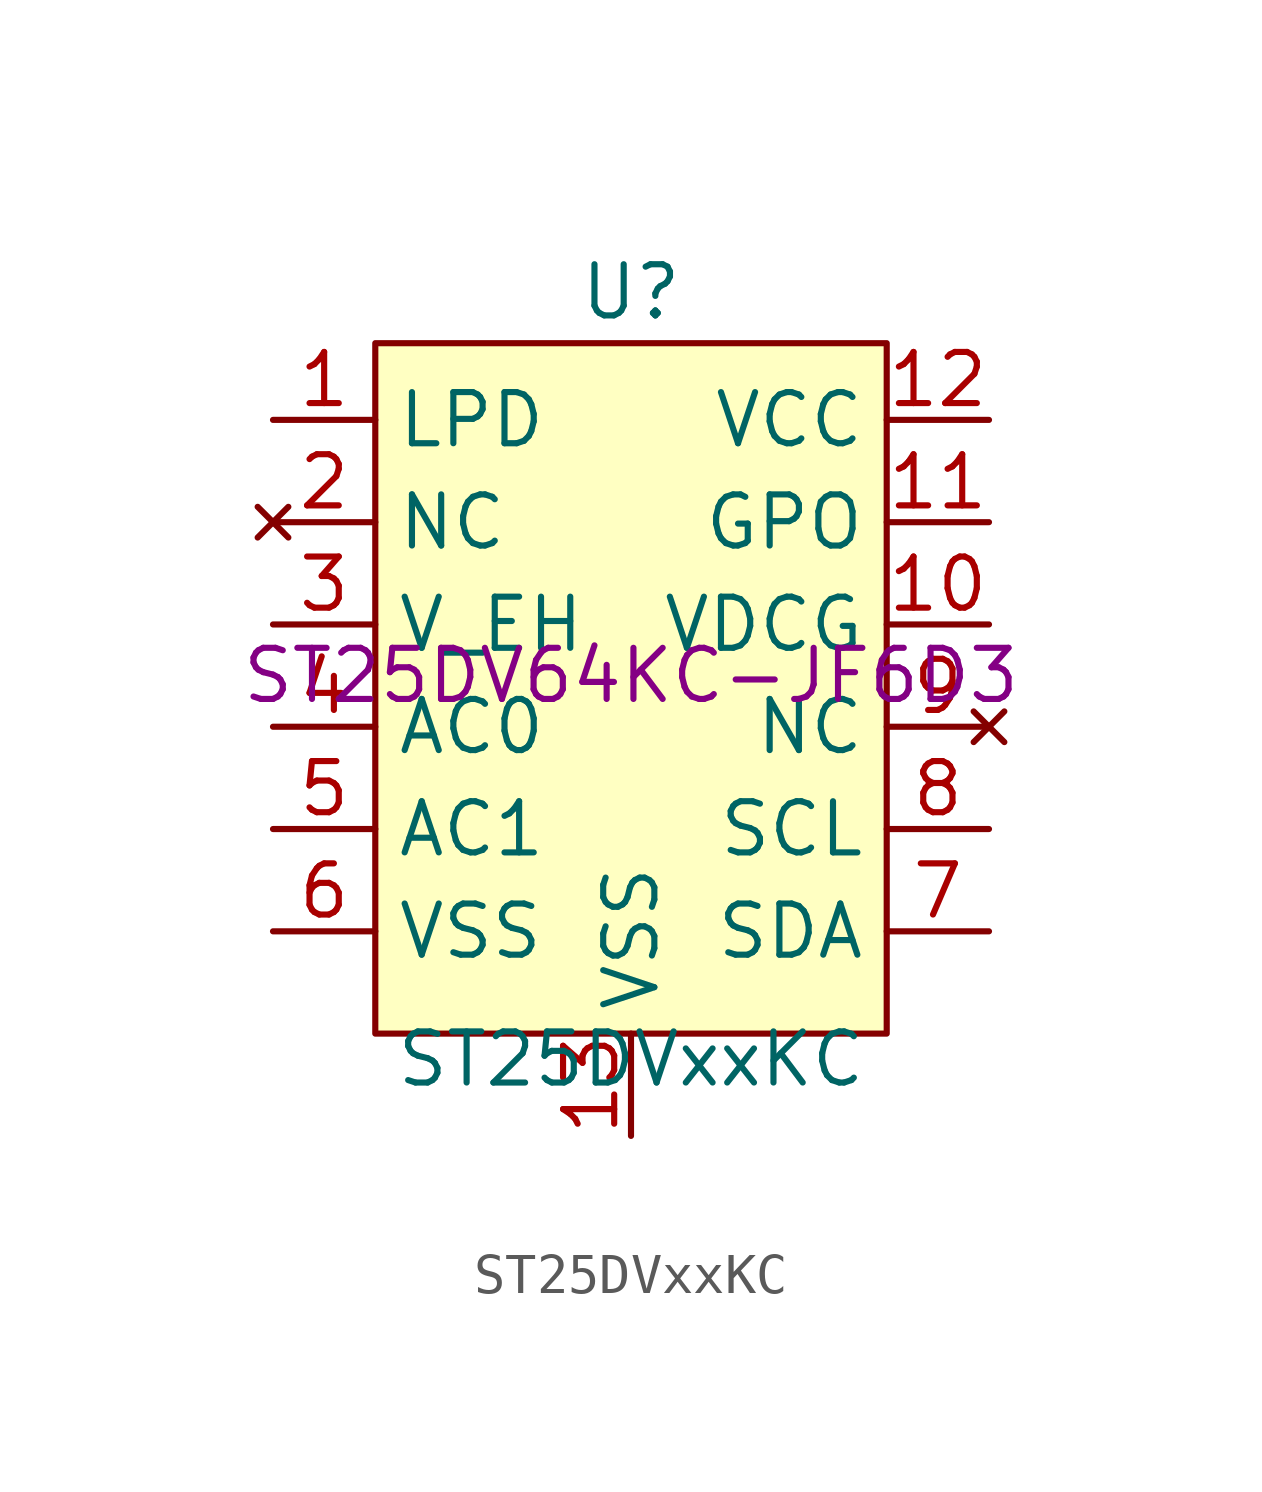
<source format=kicad_sym>
(kicad_symbol_lib
  (version 20211014)
  (generator kicad_symbol_editor)
  (symbol "ST25DVxxKC"
    (property "Reference" "U"
      (at 0 9.525 0)
      (effects (font (size 1.27 1.27))))
    (property "Value" "ST25DVxxKC"
      (at 0 -9.525 0)
      (effects (font (size 1.27 1.27))))
    (property "MPN" "ST25DV64KC-JF6D3"
      (at 0 0 0)
      (effects (font (size 1.27 1.27))))
    (symbol "ST25DVxxKC_0_0"
      (pin input line (at -8.89 6.35 0) (length 2.54) (name "LPD" (effects (font (size 1.27 1.27)))) (number "1" (effects (font (size 1.27 1.27)))))
      (pin power_in line (at 8.89 1.27 180) (length 2.54) (name "VDCG" (effects (font (size 1.27 1.27)))) (number "10" (effects (font (size 1.27 1.27)))))
      (pin output line (at 8.89 3.81 180) (length 2.54) (name "GPO" (effects (font (size 1.27 1.27)))) (number "11" (effects (font (size 1.27 1.27)))))
      (pin power_in line (at 8.89 6.35 180) (length 2.54) (name "VCC" (effects (font (size 1.27 1.27)))) (number "12" (effects (font (size 1.27 1.27)))))
      (pin power_in line (at 0 -11.43 90) (length 2.54) (name "VSS" (effects (font (size 1.27 1.27)))) (number "13" (effects (font (size 1.27 1.27)))))
      (pin no_connect line (at -8.89 3.81 0) (length 2.54) (name "NC" (effects (font (size 1.27 1.27)))) (number "2" (effects (font (size 1.27 1.27)))))
      (pin power_out line (at -8.89 1.27 0) (length 2.54) (name "V_EH" (effects (font (size 1.27 1.27)))) (number "3" (effects (font (size 1.27 1.27)))))
      (pin passive line (at -8.89 -1.27 0) (length 2.54) (name "AC0" (effects (font (size 1.27 1.27)))) (number "4" (effects (font (size 1.27 1.27)))))
      (pin passive line (at -8.89 -3.81 0) (length 2.54) (name "AC1" (effects (font (size 1.27 1.27)))) (number "5" (effects (font (size 1.27 1.27)))))
      (pin power_in line (at -8.89 -6.35 0) (length 2.54) (name "VSS" (effects (font (size 1.27 1.27)))) (number "6" (effects (font (size 1.27 1.27)))))
      (pin bidirectional line (at 8.89 -6.35 180) (length 2.54) (name "SDA" (effects (font (size 1.27 1.27)))) (number "7" (effects (font (size 1.27 1.27)))))
      (pin bidirectional line (at 8.89 -3.81 180) (length 2.54) (name "SCL" (effects (font (size 1.27 1.27)))) (number "8" (effects (font (size 1.27 1.27)))))
      (pin no_connect line (at 8.89 -1.27 180) (length 2.54) (name "NC" (effects (font (size 1.27 1.27)))) (number "9" (effects (font (size 1.27 1.27))))))
    (symbol "ST25DVxxKC_0_1"
      (rectangle (start -6.35 8.255) (end 6.35 -8.89) (stroke (width 0) (type default) (color 0 0 0 0)) (fill (type background))))))
</source>
